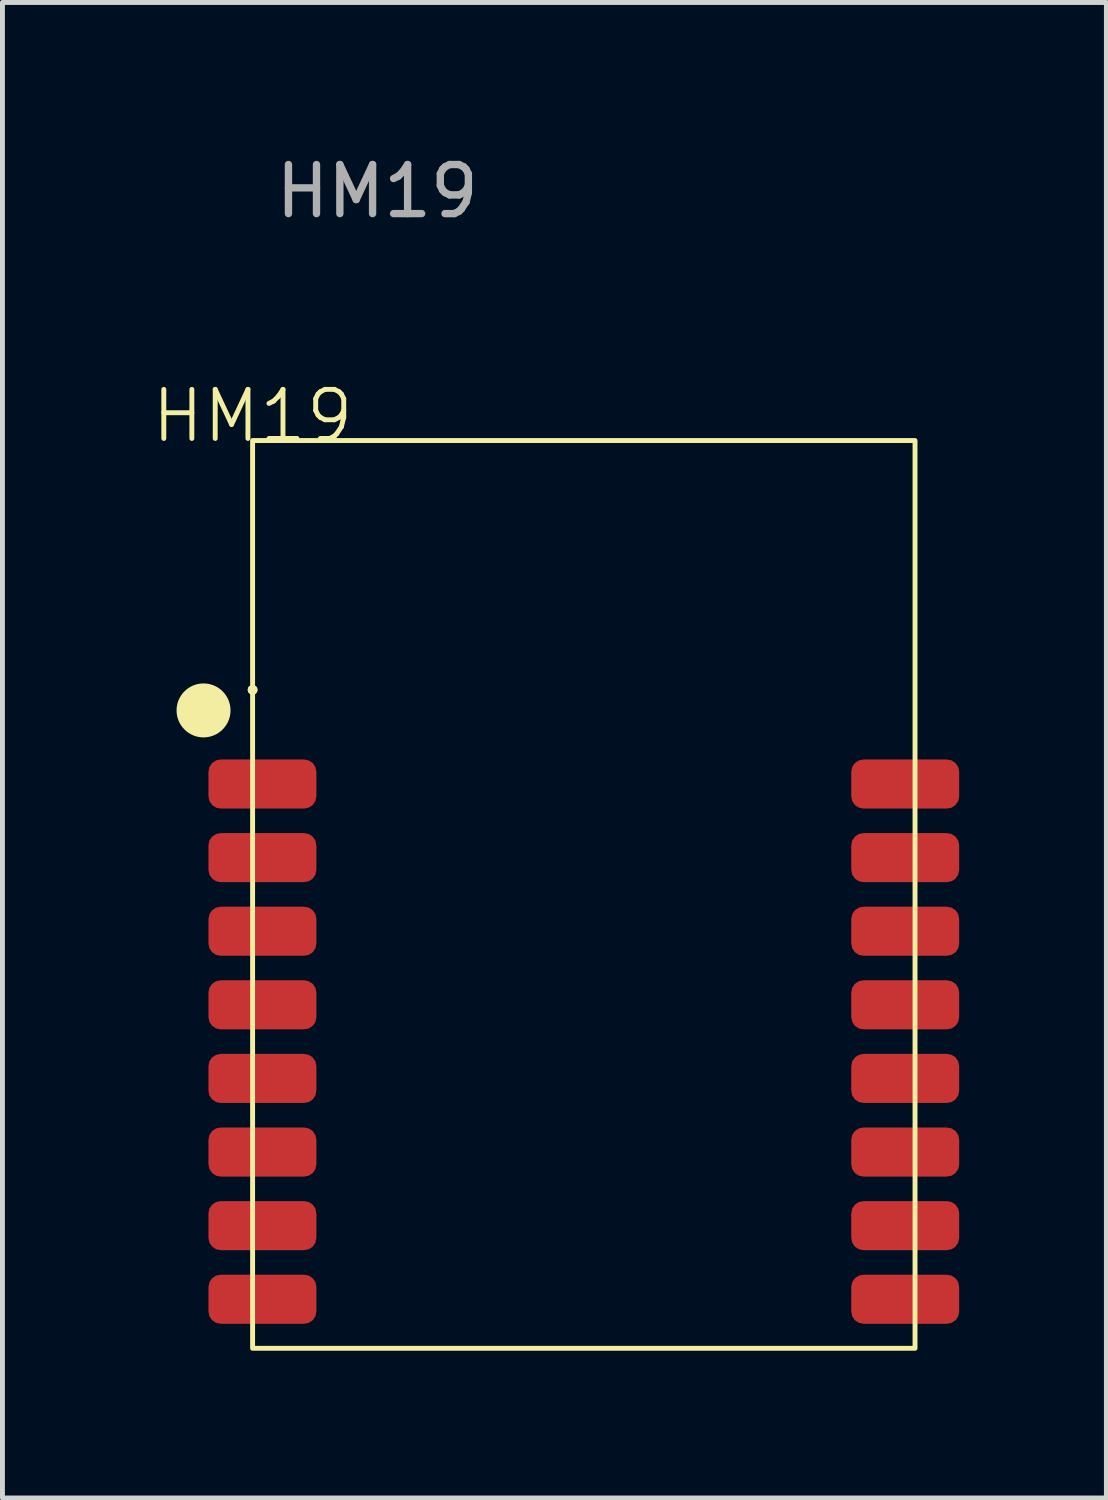
<source format=kicad_pcb>
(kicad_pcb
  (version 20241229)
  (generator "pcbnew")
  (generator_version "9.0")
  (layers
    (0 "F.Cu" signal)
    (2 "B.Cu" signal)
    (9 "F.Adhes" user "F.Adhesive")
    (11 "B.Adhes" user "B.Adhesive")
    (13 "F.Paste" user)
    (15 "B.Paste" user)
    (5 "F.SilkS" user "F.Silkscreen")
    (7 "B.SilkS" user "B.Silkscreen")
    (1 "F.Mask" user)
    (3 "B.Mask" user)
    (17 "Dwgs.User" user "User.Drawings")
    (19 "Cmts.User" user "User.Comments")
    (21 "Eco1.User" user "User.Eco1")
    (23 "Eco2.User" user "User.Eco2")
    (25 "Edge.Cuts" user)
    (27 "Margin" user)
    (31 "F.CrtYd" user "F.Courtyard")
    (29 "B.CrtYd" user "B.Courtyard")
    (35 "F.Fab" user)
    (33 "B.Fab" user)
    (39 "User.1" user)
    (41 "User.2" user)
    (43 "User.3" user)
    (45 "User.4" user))
  (footprint "HM19"
    (layer "F.Cu")
    (at 2.098 5.928)
    (property "Reference" "HM19" (at 0 -0.5 0) (unlocked yes) (layer "F.SilkS") (effects (font (size 1 1) (thickness 0.1))))
    (attr smd)
    (fp_rect (start 0 0) (end 13.5 18.5) (stroke (width 0.1) (type default)) (fill no) (layer "F.SilkS"))
    (fp_circle (center -1 5.5) (end -0.5 5.5) (stroke (width 0.1) (type solid)) (fill yes) (layer "F.SilkS"))
    (fp_circle (center 0 5.08) (end 0 5.08) (stroke (width 0.1) (type default)) (fill no) (layer "F.SilkS"))
    (fp_circle (center 0 5.08) (end 0 5.08) (stroke (width 0.1) (type default)) (fill no) (layer "F.SilkS"))
    (fp_text user "${REFERENCE}" (at 2.54 -5.08 0) (unlocked yes) (layer "F.Fab") (effects (font (size 1 1) (thickness 0.15))))
    (pad "1" smd roundrect (at 0.2 7) (size 2.2 1) (layers "F.Cu" "F.Mask" "F.Paste") (roundrect_rratio 0.25))
    (pad "2" smd roundrect (at 0.2 8.5) (size 2.2 1) (layers "F.Cu" "F.Mask" "F.Paste") (roundrect_rratio 0.25))
    (pad "3" smd roundrect (at 0.2 10) (size 2.2 1) (layers "F.Cu" "F.Mask" "F.Paste") (roundrect_rratio 0.25))
    (pad "4" smd roundrect (at 0.2 11.5) (size 2.2 1) (layers "F.Cu" "F.Mask" "F.Paste") (roundrect_rratio 0.25))
    (pad "5" smd roundrect (at 0.2 13) (size 2.2 1) (layers "F.Cu" "F.Mask" "F.Paste") (roundrect_rratio 0.25))
    (pad "6" smd roundrect (at 0.2 14.5) (size 2.2 1) (layers "F.Cu" "F.Mask" "F.Paste") (roundrect_rratio 0.25))
    (pad "7" smd roundrect (at 0.2 16) (size 2.2 1) (layers "F.Cu" "F.Mask" "F.Paste") (roundrect_rratio 0.25))
    (pad "8" smd roundrect (at 0.2 17.5) (size 2.2 1) (layers "F.Cu" "F.Mask" "F.Paste") (roundrect_rratio 0.25))
    (pad "9" smd roundrect (at 13.3 17.5) (size 2.2 1) (layers "F.Cu" "F.Mask" "F.Paste") (roundrect_rratio 0.25))
    (pad "10" smd roundrect (at 13.3 16) (size 2.2 1) (layers "F.Cu" "F.Mask" "F.Paste") (roundrect_rratio 0.25))
    (pad "11" smd roundrect (at 13.3 14.5) (size 2.2 1) (layers "F.Cu" "F.Mask" "F.Paste") (roundrect_rratio 0.25))
    (pad "12" smd roundrect (at 13.3 13) (size 2.2 1) (layers "F.Cu" "F.Mask" "F.Paste") (roundrect_rratio 0.25))
    (pad "13" smd roundrect (at 13.3 11.5) (size 2.2 1) (layers "F.Cu" "F.Mask" "F.Paste") (roundrect_rratio 0.25))
    (pad "14" smd roundrect (at 13.3 10) (size 2.2 1) (layers "F.Cu" "F.Mask" "F.Paste") (roundrect_rratio 0.25))
    (pad "15" smd roundrect (at 13.3 8.5) (size 2.2 1) (layers "F.Cu" "F.Mask" "F.Paste") (roundrect_rratio 0.25))
    (pad "16" smd roundrect (at 13.3 7) (size 2.2 1) (layers "F.Cu" "F.Mask" "F.Paste") (roundrect_rratio 0.25))
    (zone (net_name "") (layers "F.Cu" "F.SilkS") (hatch full 0.5) (connect_pads) (min_thickness 0.25) (filled_areas_thickness no) (keepout (tracks not_allowed) (vias not_allowed) (pads not_allowed) (copperpour not_allowed) (footprints allowed)) (placement (enabled no)) (fill) (polygon (pts (xy 2.098 5.928) (xy 2.098 10.928) (xy 15.598 10.928) (xy 15.598 5.928)))))
  (gr_rect
    (start -3 -3)
    (end 19.498 27.478)
    (stroke (width 0.1) (type default))
    (fill no)
    (layer "Edge.Cuts")))
</source>
